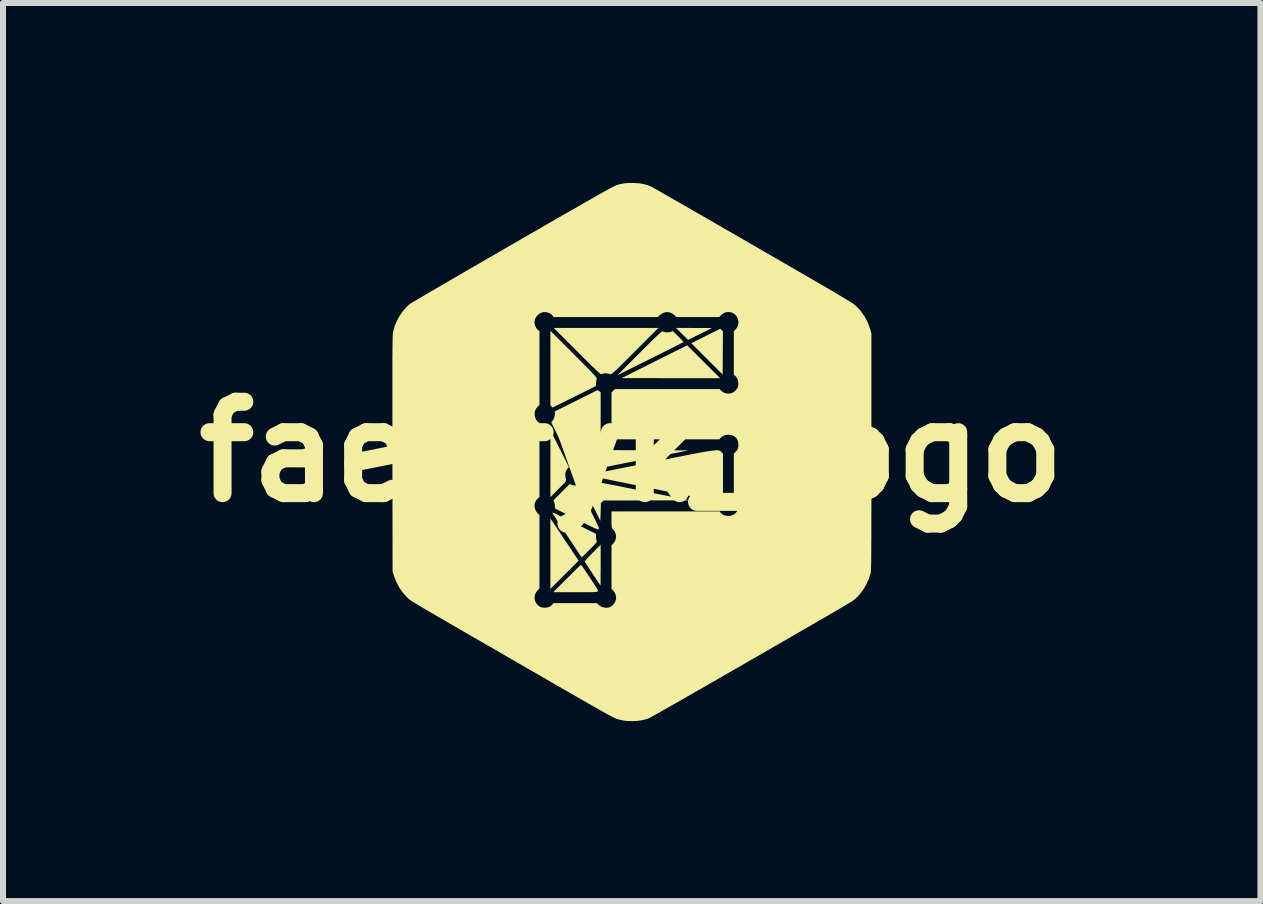
<source format=kicad_pcb>
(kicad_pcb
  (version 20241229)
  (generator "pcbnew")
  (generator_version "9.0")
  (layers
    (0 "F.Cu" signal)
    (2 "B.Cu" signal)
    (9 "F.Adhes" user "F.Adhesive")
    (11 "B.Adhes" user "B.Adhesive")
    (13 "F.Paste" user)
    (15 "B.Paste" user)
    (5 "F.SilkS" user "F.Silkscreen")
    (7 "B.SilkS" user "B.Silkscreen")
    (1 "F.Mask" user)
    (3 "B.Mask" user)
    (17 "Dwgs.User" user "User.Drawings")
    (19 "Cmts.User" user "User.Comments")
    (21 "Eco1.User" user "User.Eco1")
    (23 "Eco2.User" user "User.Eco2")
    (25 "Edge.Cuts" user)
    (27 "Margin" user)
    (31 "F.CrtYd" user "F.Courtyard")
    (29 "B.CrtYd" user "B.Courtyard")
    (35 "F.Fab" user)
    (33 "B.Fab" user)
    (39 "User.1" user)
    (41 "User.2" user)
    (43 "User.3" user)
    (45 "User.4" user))
  (footprint "faebryk_logo"
    (layer "F.Cu")
    (at 7.482 4.482)
    (property "Reference" "faebryk_logo" (at 0 0 0) (layer "F.SilkS") (effects (font (size 1.524 1.524) (thickness 0.3))))
    (attr board_only exclude_from_pos_files exclude_from_bom)
    (fp_poly (pts (xy -1.121 1.463) (xy -0.886 1.815) (xy -1.356 2.285) (xy -1.356 1.698) (xy -1.356 1.11)) (stroke (width 0) (type solid)) (fill yes) (layer "F.SilkS"))
    (fp_poly (pts (xy 1.473 -1.227) (xy 0.652 -1.227) (xy -0.168 -1.228) (xy 0.378 -1.502) (xy 0.924 -1.775)) (stroke (width 0) (type solid)) (fill yes) (layer "F.SilkS"))
    (fp_poly (pts (xy 1.521 -2.008) (xy 1.516 -1.287) (xy 1.255 -1.549) (xy 0.993 -1.81) (xy 1.235 -1.931) (xy 1.477 -2.052)) (stroke (width 0) (type solid)) (fill yes) (layer "F.SilkS"))
    (fp_poly (pts (xy 1.037 -2.064) (xy 1.335 -2.064) (xy 1.14 -1.965) (xy 1.087 -1.939) (xy 1.039 -1.915) (xy 0.999 -1.894) (xy 0.967 -1.879) (xy 0.948 -1.869) (xy 0.942 -1.867) (xy 0.934 -1.872) (xy 0.917 -1.888) (xy 0.892 -1.912) (xy 0.861 -1.943) (xy 0.838 -1.965) (xy 0.739 -2.065)) (stroke (width 0) (type solid)) (fill yes) (layer "F.SilkS"))
    (fp_poly (pts (xy -1.201 -0.052) (xy -1.047 0.255) (xy -1.071 0.282) (xy -1.096 0.32) (xy -1.108 0.362) (xy -1.106 0.413) (xy -1.093 0.471) (xy -1.094 0.479) (xy -1.1 0.491) (xy -1.114 0.509) (xy -1.136 0.534) (xy -1.168 0.567) (xy -1.211 0.61) (xy -1.222 0.622) (xy -1.356 0.756) (xy -1.356 0.199) (xy -1.355 -0.359)) (stroke (width 0) (type solid)) (fill yes) (layer "F.SilkS"))
    (fp_poly (pts (xy -0.967 -1.629) (xy -0.887 -1.548) (xy -0.817 -1.478) (xy -0.759 -1.419) (xy -0.71 -1.37) (xy -0.671 -1.329) (xy -0.64 -1.296) (xy -0.617 -1.271) (xy -0.6 -1.251) (xy -0.59 -1.237) (xy -0.585 -1.228) (xy -0.584 -1.223) (xy -0.584 -1.222) (xy -0.587 -1.205) (xy -0.591 -1.177) (xy -0.594 -1.151) (xy -0.598 -1.096) (xy -1.318 -0.738) (xy -1.337 -0.756) (xy -1.356 -0.775) (xy -1.356 -2.017)) (stroke (width 0) (type solid)) (fill yes) (layer "F.SilkS"))
    (fp_poly (pts (xy -0.776 0.468) (xy -0.752 0.472) (xy -0.712 0.479) (xy -0.66 0.488) (xy -0.594 0.5) (xy -0.518 0.515) (xy -0.431 0.532) (xy -0.335 0.55) (xy -0.232 0.571) (xy -0.121 0.593) (xy -0.005 0.616) (xy 0.091 0.635) (xy 0.963 0.81) (xy 0.249 0.811) (xy -0.466 0.812) (xy -0.49 0.833) (xy -0.514 0.854) (xy -0.518 1.002) (xy -0.523 1.15) (xy -0.678 0.839) (xy -0.833 0.529) (xy -0.81 0.502) (xy -0.795 0.483) (xy -0.786 0.47) (xy -0.785 0.468)) (stroke (width 0) (type solid)) (fill yes) (layer "F.SilkS"))
    (fp_poly (pts (xy 0.056 -1.676) (xy -0.025 -1.595) (xy -0.095 -1.525) (xy -0.154 -1.467) (xy -0.203 -1.418) (xy -0.244 -1.379) (xy -0.277 -1.348) (xy -0.303 -1.324) (xy -0.322 -1.308) (xy -0.336 -1.298) (xy -0.345 -1.293) (xy -0.35 -1.292) (xy -0.4 -1.305) (xy -0.441 -1.308) (xy -0.478 -1.303) (xy -0.51 -1.293) (xy -0.517 -1.296) (xy -0.534 -1.309) (xy -0.561 -1.333) (xy -0.597 -1.366) (xy -0.644 -1.411) (xy -0.701 -1.467) (xy -0.769 -1.534) (xy -0.849 -1.613) (xy -0.911 -1.676) (xy -1.3 -2.065) (xy 0.445 -2.065)) (stroke (width 0) (type solid)) (fill yes) (layer "F.SilkS"))
    (fp_poly (pts (xy -0.518 1.89) (xy -0.518 1.965) (xy -0.519 2.034) (xy -0.519 2.095) (xy -0.519 2.147) (xy -0.519 2.188) (xy -0.52 2.215) (xy -0.52 2.228) (xy -0.521 2.229) (xy -0.526 2.222) (xy -0.539 2.202) (xy -0.56 2.172) (xy -0.586 2.133) (xy -0.617 2.087) (xy -0.651 2.036) (xy -0.652 2.033) (xy -0.687 1.982) (xy -0.718 1.934) (xy -0.744 1.893) (xy -0.765 1.861) (xy -0.779 1.838) (xy -0.784 1.828) (xy -0.784 1.828) (xy -0.779 1.82) (xy -0.763 1.801) (xy -0.739 1.774) (xy -0.707 1.74) (xy -0.669 1.702) (xy -0.652 1.685) (xy -0.518 1.551)) (stroke (width 0) (type solid)) (fill yes) (layer "F.SilkS"))
    (fp_poly (pts (xy 0.777 -1.922) (xy 0.809 -1.89) (xy 0.835 -1.863) (xy 0.854 -1.842) (xy 0.863 -1.83) (xy 0.864 -1.829) (xy 0.855 -1.824) (xy 0.833 -1.813) (xy 0.798 -1.795) (xy 0.75 -1.771) (xy 0.693 -1.742) (xy 0.626 -1.708) (xy 0.551 -1.671) (xy 0.469 -1.63) (xy 0.382 -1.586) (xy 0.311 -1.551) (xy -0.238 -1.277) (xy 0.13 -1.645) (xy 0.214 -1.729) (xy 0.287 -1.802) (xy 0.348 -1.862) (xy 0.399 -1.912) (xy 0.44 -1.95) (xy 0.471 -1.979) (xy 0.493 -1.997) (xy 0.506 -2.006) (xy 0.51 -2.007) (xy 0.563 -1.992) (xy 0.617 -1.992) (xy 0.645 -1.998) (xy 0.687 -2.012)) (stroke (width 0) (type solid)) (fill yes) (layer "F.SilkS"))
    (fp_poly (pts (xy -1.31 1.015) (xy -1.287 1.025) (xy -1.253 1.042) (xy -1.207 1.065) (xy -1.152 1.092) (xy -1.09 1.123) (xy -1.021 1.157) (xy -0.955 1.19) (xy -0.596 1.369) (xy -0.596 1.414) (xy -0.594 1.445) (xy -0.589 1.472) (xy -0.586 1.482) (xy -0.583 1.49) (xy -0.583 1.498) (xy -0.587 1.508) (xy -0.597 1.522) (xy -0.614 1.541) (xy -0.639 1.567) (xy -0.675 1.603) (xy -0.705 1.633) (xy -0.834 1.762) (xy -1.076 1.398) (xy -1.132 1.313) (xy -1.18 1.241) (xy -1.22 1.181) (xy -1.252 1.132) (xy -1.276 1.093) (xy -1.295 1.063) (xy -1.308 1.042) (xy -1.316 1.026) (xy -1.32 1.017) (xy -1.321 1.012) (xy -1.318 1.011)) (stroke (width 0) (type solid)) (fill yes) (layer "F.SilkS"))
    (fp_poly (pts (xy -1.006 0.55) (xy -0.979 0.557) (xy -0.946 0.561) (xy -0.935 0.562) (xy -0.894 0.562) (xy -0.715 0.919) (xy -0.673 1.003) (xy -0.639 1.073) (xy -0.611 1.13) (xy -0.589 1.176) (xy -0.572 1.211) (xy -0.56 1.238) (xy -0.552 1.258) (xy -0.548 1.272) (xy -0.547 1.281) (xy -0.549 1.286) (xy -0.551 1.29) (xy -0.556 1.292) (xy -0.563 1.293) (xy -0.574 1.291) (xy -0.59 1.285) (xy -0.612 1.276) (xy -0.643 1.262) (xy -0.682 1.243) (xy -0.732 1.219) (xy -0.794 1.188) (xy -0.869 1.151) (xy -0.924 1.123) (xy -1.282 0.944) (xy -1.28 0.909) (xy -1.282 0.878) (xy -1.29 0.845) (xy -1.291 0.842) (xy -1.305 0.809) (xy -1.17 0.673) (xy -1.034 0.537)) (stroke (width 0) (type solid)) (fill yes) (layer "F.SilkS"))
    (fp_poly (pts (xy -0.84 1.89) (xy -0.826 1.91) (xy -0.805 1.94) (xy -0.777 1.98) (xy -0.746 2.027) (xy -0.71 2.079) (xy -0.698 2.098) (xy -0.657 2.16) (xy -0.624 2.21) (xy -0.6 2.248) (xy -0.582 2.277) (xy -0.571 2.297) (xy -0.565 2.312) (xy -0.564 2.321) (xy -0.566 2.327) (xy -0.57 2.33) (xy -0.576 2.333) (xy -0.587 2.336) (xy -0.605 2.337) (xy -0.629 2.339) (xy -0.663 2.34) (xy -0.708 2.341) (xy -0.765 2.341) (xy -0.836 2.341) (xy -0.922 2.341) (xy -0.943 2.341) (xy -1.309 2.341) (xy -1.08 2.112) (xy -1.028 2.061) (xy -0.98 2.013) (xy -0.938 1.971) (xy -0.902 1.936) (xy -0.873 1.908) (xy -0.854 1.891) (xy -0.846 1.883) (xy -0.846 1.883)) (stroke (width 0) (type solid)) (fill yes) (layer "F.SilkS"))
    (fp_poly (pts (xy -0.544 -1.01) (xy -0.518 -0.992) (xy -0.518 -0.537) (xy -0.518 -0.434) (xy -0.518 -0.348) (xy -0.518 -0.275) (xy -0.517 -0.216) (xy -0.516 -0.168) (xy -0.514 -0.131) (xy -0.512 -0.102) (xy -0.508 -0.081) (xy -0.504 -0.066) (xy -0.499 -0.056) (xy -0.492 -0.048) (xy -0.484 -0.043) (xy -0.474 -0.038) (xy -0.469 -0.036) (xy -0.459 -0.034) (xy -0.437 -0.032) (xy -0.402 -0.03) (xy -0.354 -0.029) (xy -0.291 -0.028) (xy -0.215 -0.027) (xy -0.123 -0.026) (xy -0.015 -0.026) (xy 0.108 -0.025) (xy 0.248 -0.025) (xy 0.946 -0.024) (xy 0.095 0.147) (xy -0.024 0.171) (xy -0.138 0.194) (xy -0.246 0.216) (xy -0.348 0.236) (xy -0.441 0.255) (xy -0.525 0.272) (xy -0.599 0.286) (xy -0.661 0.298) (xy -0.71 0.308) (xy -0.746 0.315) (xy -0.766 0.319) (xy -0.771 0.319) (xy -0.785 0.313) (xy -0.799 0.296) (xy -0.799 0.296) (xy -0.83 0.26) (xy -0.873 0.237) (xy -0.927 0.226) (xy -0.93 0.226) (xy -0.986 0.223) (xy -1.342 -0.49) (xy -1.319 -0.518) (xy -1.297 -0.555) (xy -1.283 -0.599) (xy -1.28 -0.642) (xy -1.28 -0.644) (xy -1.284 -0.672) (xy -0.569 -1.029)) (stroke (width 0) (type solid)) (fill yes) (layer "F.SilkS"))
    (fp_poly (pts (xy 1.442 -0.025) (xy 1.456 -0.022) (xy 1.466 -0.018) (xy 1.475 -0.013) (xy 1.482 -0.007) (xy 1.489 -0.000076) (xy 1.492 0.003) (xy 1.521 0.032) (xy 1.521 0.75) (xy 1.489 0.781) (xy 1.473 0.797) (xy 1.459 0.806) (xy 1.442 0.81) (xy 1.417 0.811) (xy 1.392 0.811) (xy 1.377 0.81) (xy 1.354 0.807) (xy 1.321 0.802) (xy 1.279 0.795) (xy 1.226 0.786) (xy 1.162 0.774) (xy 1.086 0.759) (xy 0.998 0.742) (xy 0.896 0.723) (xy 0.78 0.7) (xy 0.65 0.674) (xy 0.505 0.645) (xy 0.343 0.612) (xy 0.285 0.6) (xy 0.154 0.574) (xy 0.028 0.548) (xy -0.093 0.524) (xy -0.207 0.501) (xy -0.312 0.48) (xy -0.409 0.46) (xy -0.496 0.442) (xy -0.572 0.427) (xy -0.636 0.414) (xy -0.687 0.403) (xy -0.724 0.396) (xy -0.745 0.391) (xy -0.752 0.39) (xy -0.743 0.388) (xy -0.718 0.383) (xy -0.678 0.375) (xy -0.625 0.364) (xy -0.558 0.351) (xy -0.48 0.335) (xy -0.391 0.318) (xy -0.293 0.298) (xy -0.186 0.276) (xy -0.071 0.253) (xy 0.051 0.229) (xy 0.178 0.204) (xy 0.289 0.181) (xy 0.452 0.149) (xy 0.599 0.12) (xy 0.73 0.093) (xy 0.848 0.07) (xy 0.951 0.05) (xy 1.043 0.032) (xy 1.122 0.017) (xy 1.191 0.005) (xy 1.249 -0.006) (xy 1.299 -0.013) (xy 1.341 -0.019) (xy 1.375 -0.023) (xy 1.402 -0.025) (xy 1.425 -0.026)) (stroke (width 0) (type solid)) (fill yes) (layer "F.SilkS"))
    (fp_poly (pts (xy 0.048 -4.481) (xy 0.131 -4.475) (xy 0.202 -4.463) (xy 0.267 -4.444) (xy 0.33 -4.418) (xy 0.344 -4.411) (xy 0.357 -4.404) (xy 0.384 -4.388) (xy 0.425 -4.365) (xy 0.478 -4.335) (xy 0.544 -4.297) (xy 0.621 -4.253) (xy 0.709 -4.202) (xy 0.807 -4.146) (xy 0.914 -4.085) (xy 1.029 -4.018) (xy 1.153 -3.947) (xy 1.284 -3.872) (xy 1.421 -3.792) (xy 1.564 -3.71) (xy 1.712 -3.625) (xy 1.864 -3.537) (xy 2.02 -3.447) (xy 2.039 -3.436) (xy 2.225 -3.328) (xy 2.396 -3.229) (xy 2.554 -3.138) (xy 2.699 -3.054) (xy 2.831 -2.978) (xy 2.951 -2.908) (xy 3.059 -2.845) (xy 3.157 -2.788) (xy 3.245 -2.737) (xy 3.323 -2.692) (xy 3.392 -2.651) (xy 3.453 -2.615) (xy 3.506 -2.584) (xy 3.552 -2.556) (xy 3.591 -2.532) (xy 3.624 -2.512) (xy 3.652 -2.494) (xy 3.675 -2.479) (xy 3.694 -2.466) (xy 3.71 -2.456) (xy 3.722 -2.446) (xy 3.732 -2.438) (xy 3.74 -2.431) (xy 3.819 -2.347) (xy 3.886 -2.25) (xy 3.94 -2.145) (xy 3.976 -2.043) (xy 3.996 -1.974) (xy 3.996 0) (xy 3.996 0.218) (xy 3.996 0.42) (xy 3.996 0.606) (xy 3.996 0.776) (xy 3.996 0.932) (xy 3.995 1.074) (xy 3.995 1.203) (xy 3.995 1.32) (xy 3.995 1.424) (xy 3.994 1.518) (xy 3.994 1.6) (xy 3.994 1.673) (xy 3.993 1.737) (xy 3.993 1.793) (xy 3.992 1.84) (xy 3.991 1.881) (xy 3.99 1.915) (xy 3.989 1.943) (xy 3.988 1.966) (xy 3.987 1.985) (xy 3.986 2) (xy 3.985 2.012) (xy 3.983 2.022) (xy 3.981 2.029) (xy 3.98 2.034) (xy 3.951 2.124) (xy 3.909 2.214) (xy 3.859 2.3) (xy 3.801 2.377) (xy 3.738 2.444) (xy 3.69 2.483) (xy 3.677 2.491) (xy 3.649 2.508) (xy 3.608 2.532) (xy 3.555 2.564) (xy 3.49 2.602) (xy 3.415 2.646) (xy 3.33 2.696) (xy 3.235 2.751) (xy 3.132 2.81) (xy 3.022 2.874) (xy 2.906 2.941) (xy 2.783 3.012) (xy 2.656 3.086) (xy 2.525 3.162) (xy 2.39 3.239) (xy 2.253 3.318) (xy 2.115 3.398) (xy 1.975 3.478) (xy 1.836 3.559) (xy 1.697 3.638) (xy 1.561 3.717) (xy 1.426 3.794) (xy 1.296 3.869) (xy 1.169 3.942) (xy 1.047 4.011) (xy 0.932 4.078) (xy 0.823 4.14) (xy 0.721 4.198) (xy 0.628 4.251) (xy 0.544 4.299) (xy 0.47 4.341) (xy 0.406 4.376) (xy 0.355 4.405) (xy 0.316 4.427) (xy 0.29 4.441) (xy 0.278 4.447) (xy 0.194 4.471) (xy 0.102 4.486) (xy 0.005 4.491) (xy -0.089 4.487) (xy -0.144 4.48) (xy -0.186 4.471) (xy -0.231 4.459) (xy -0.262 4.45) (xy -0.28 4.442) (xy -0.312 4.426) (xy -0.358 4.401) (xy -0.417 4.369) (xy -0.489 4.329) (xy -0.573 4.281) (xy -0.67 4.227) (xy -0.777 4.165) (xy -0.895 4.098) (xy -1.024 4.024) (xy -1.055 4.006) (xy -1.291 3.87) (xy -1.512 3.742) (xy -1.719 3.623) (xy -1.912 3.511) (xy -2.092 3.407) (xy -2.26 3.31) (xy -2.415 3.221) (xy -2.559 3.138) (xy -2.692 3.061) (xy -2.814 2.99) (xy -2.925 2.926) (xy -3.027 2.867) (xy -3.12 2.813) (xy -3.203 2.765) (xy -3.279 2.721) (xy -3.346 2.682) (xy -3.406 2.647) (xy -3.459 2.616) (xy -3.505 2.588) (xy -3.545 2.564) (xy -3.58 2.543) (xy -3.61 2.525) (xy -3.635 2.51) (xy -3.656 2.497) (xy -3.673 2.486) (xy -3.687 2.477) (xy -3.698 2.469) (xy -3.707 2.462) (xy -3.714 2.457) (xy -3.72 2.452) (xy -3.725 2.447) (xy -3.73 2.442) (xy -3.734 2.438) (xy -3.739 2.432) (xy -3.743 2.429) (xy -3.817 2.349) (xy -3.878 2.26) (xy -3.929 2.159) (xy -3.962 2.073) (xy -3.987 2) (xy -3.99 0.035) (xy -3.99 -0.184) (xy -3.99 -0.387) (xy -3.99 -0.573) (xy -3.99 -0.744) (xy -3.99 -0.901) (xy -3.99 -1.044) (xy -3.99 -1.173) (xy -3.99 -1.29) (xy -3.99 -1.395) (xy -3.99 -1.489) (xy -3.99 -1.572) (xy -3.989 -1.646) (xy -3.989 -1.71) (xy -3.988 -1.766) (xy -3.987 -1.814) (xy -3.987 -1.854) (xy -3.986 -1.889) (xy -3.985 -1.917) (xy -3.984 -1.941) (xy -3.983 -1.96) (xy -3.982 -1.975) (xy -3.98 -1.987) (xy -3.979 -1.997) (xy -3.978 -2) (xy -3.954 -2.088) (xy -3.922 -2.167) (xy -1.622 -2.167) (xy -1.62 -2.135) (xy -1.609 -2.098) (xy -1.591 -2.063) (xy -1.569 -2.035) (xy -1.558 -2.026) (xy -1.538 -2.013) (xy -1.538 -0.781) (xy -1.565 -0.755) (xy -1.597 -0.717) (xy -1.614 -0.676) (xy -1.619 -0.631) (xy -1.613 -0.585) (xy -1.598 -0.542) (xy -1.575 -0.509) (xy -1.559 -0.496) (xy -1.538 -0.482) (xy -1.538 0.753) (xy -1.564 0.775) (xy -1.597 0.813) (xy -1.616 0.858) (xy -1.621 0.907) (xy -1.611 0.956) (xy -1.588 1.002) (xy -1.571 1.022) (xy -1.538 1.057) (xy -1.538 2.278) (xy -1.571 2.313) (xy -1.603 2.357) (xy -1.618 2.405) (xy -1.619 2.454) (xy -1.606 2.501) (xy -1.579 2.544) (xy -1.539 2.578) (xy -1.525 2.586) (xy -1.494 2.596) (xy -1.454 2.6) (xy -1.414 2.597) (xy -1.38 2.589) (xy -1.38 2.589) (xy -1.355 2.574) (xy -1.331 2.554) (xy -1.327 2.55) (xy -1.301 2.523) (xy -0.577 2.523) (xy -0.56 2.545) (xy -0.528 2.572) (xy -0.486 2.591) (xy -0.438 2.6) (xy -0.391 2.598) (xy -0.366 2.591) (xy -0.327 2.568) (xy -0.295 2.533) (xy -0.271 2.49) (xy -0.26 2.444) (xy -0.26 2.432) (xy -0.267 2.388) (xy -0.285 2.345) (xy -0.313 2.309) (xy -0.314 2.307) (xy -0.337 2.286) (xy -0.337 1.558) (xy -0.314 1.537) (xy -0.287 1.502) (xy -0.267 1.459) (xy -0.26 1.415) (xy -0.26 1.413) (xy -0.267 1.369) (xy -0.285 1.325) (xy -0.313 1.289) (xy -0.314 1.288) (xy -0.323 1.28) (xy -0.329 1.271) (xy -0.333 1.259) (xy -0.335 1.242) (xy -0.336 1.215) (xy -0.337 1.176) (xy -0.337 1.13) (xy -0.337 0.994) (xy 1.467 0.994) (xy 1.48 1.014) (xy 1.506 1.04) (xy 1.544 1.059) (xy 1.589 1.069) (xy 1.624 1.07) (xy 1.678 1.058) (xy 1.722 1.033) (xy 1.754 0.996) (xy 1.773 0.948) (xy 1.778 0.915) (xy 1.776 0.869) (xy 1.763 0.826) (xy 1.743 0.79) (xy 1.723 0.772) (xy 1.702 0.758) (xy 1.702 0.029) (xy 1.729 0.004) (xy 1.75 -0.02) (xy 1.766 -0.045) (xy 1.768 -0.049) (xy 1.778 -0.093) (xy 1.777 -0.141) (xy 1.766 -0.189) (xy 1.745 -0.228) (xy 1.738 -0.236) (xy 1.703 -0.263) (xy 1.659 -0.28) (xy 1.611 -0.285) (xy 1.562 -0.279) (xy 1.519 -0.262) (xy 1.484 -0.235) (xy 1.479 -0.229) (xy 1.462 -0.207) (xy -0.337 -0.207) (xy -0.337 -0.988) (xy -0.309 -1.017) (xy -0.282 -1.045) (xy 1.466 -1.045) (xy 1.487 -1.023) (xy 1.527 -0.99) (xy 1.573 -0.973) (xy 1.621 -0.969) (xy 1.668 -0.979) (xy 1.711 -1.002) (xy 1.747 -1.038) (xy 1.763 -1.064) (xy 1.777 -1.107) (xy 1.778 -1.154) (xy 1.769 -1.2) (xy 1.749 -1.241) (xy 1.725 -1.268) (xy 1.702 -1.285) (xy 1.702 -2.01) (xy 1.724 -2.031) (xy 1.757 -2.072) (xy 1.775 -2.121) (xy 1.78 -2.157) (xy 1.772 -2.21) (xy 1.751 -2.255) (xy 1.721 -2.29) (xy 1.682 -2.316) (xy 1.638 -2.329) (xy 1.592 -2.33) (xy 1.546 -2.318) (xy 1.503 -2.29) (xy 1.492 -2.28) (xy 1.458 -2.246) (xy 0.746 -2.246) (xy 0.71 -2.28) (xy 0.665 -2.312) (xy 0.617 -2.328) (xy 0.566 -2.328) (xy 0.517 -2.312) (xy 0.471 -2.28) (xy 0.434 -2.246) (xy -1.303 -2.246) (xy -1.317 -2.268) (xy -1.339 -2.29) (xy -1.372 -2.31) (xy -1.411 -2.325) (xy -1.427 -2.328) (xy -1.473 -2.329) (xy -1.517 -2.315) (xy -1.557 -2.289) (xy -1.59 -2.254) (xy -1.612 -2.212) (xy -1.622 -2.167) (xy -3.922 -2.167) (xy -3.918 -2.177) (xy -3.872 -2.263) (xy -3.818 -2.342) (xy -3.759 -2.411) (xy -3.704 -2.461) (xy -3.692 -2.469) (xy -3.665 -2.485) (xy -3.626 -2.509) (xy -3.573 -2.54) (xy -3.508 -2.578) (xy -3.432 -2.623) (xy -3.345 -2.674) (xy -3.248 -2.73) (xy -3.141 -2.792) (xy -3.026 -2.86) (xy -2.903 -2.931) (xy -2.773 -3.007) (xy -2.636 -3.086) (xy -2.493 -3.169) (xy -2.344 -3.255) (xy -2.192 -3.343) (xy -2.035 -3.434) (xy -1.994 -3.457) (xy -1.793 -3.574) (xy -1.605 -3.682) (xy -1.432 -3.782) (xy -1.272 -3.874) (xy -1.126 -3.958) (xy -0.993 -4.034) (xy -0.872 -4.103) (xy -0.764 -4.165) (xy -0.667 -4.22) (xy -0.582 -4.269) (xy -0.507 -4.311) (xy -0.444 -4.346) (xy -0.39 -4.376) (xy -0.346 -4.4) (xy -0.311 -4.418) (xy -0.286 -4.432) (xy -0.269 -4.44) (xy -0.264 -4.442) (xy -0.196 -4.462) (xy -0.128 -4.475) (xy -0.057 -4.482) (xy 0.025 -4.482)) (stroke (width 0) (type solid)) (fill yes) (layer "F.SilkS")))
  (gr_rect
    (start -3 -3)
    (end 17.964 11.973)
    (stroke (width 0.1) (type default))
    (fill no)
    (layer "Edge.Cuts")))
</source>
